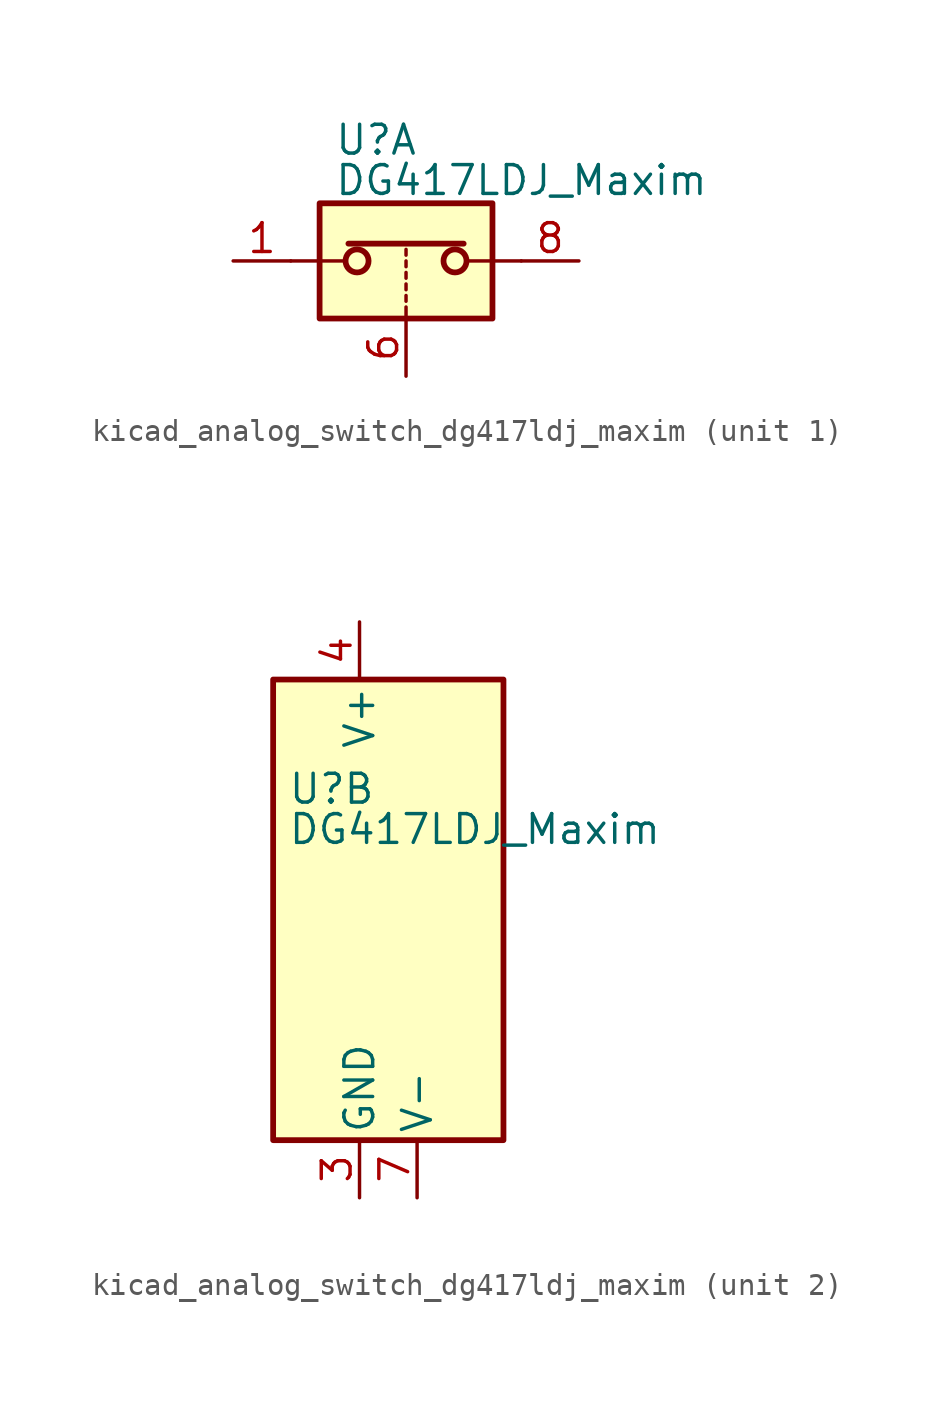
<source format=kicad_sym>
(kicad_symbol_lib
  (version 20220914)
  (generator kicad_symbol_editor)
  (symbol "kicad_analog_switch_dg417ldj_maxim"
    (pin_names
      (offset 0.254))
    (property "Reference" "U"
      (at -3.175 5.334 0)
      (effects (font (size 1.27 1.27)) (justify left)))
    (property "Value" "DG417LDJ_Maxim"
      (at -3.175 3.556 0)
      (effects (font (size 1.27 1.27)) (justify left)))
    (symbol "kicad_analog_switch_dg417ldj_maxim_1_1"
      (rectangle (start -3.81 2.54) (end 3.81 -2.54) (stroke (width 0.254) (type default)) (fill (type background)))
      (circle (center -2.159 0) (radius 0.508) (stroke (width 0.254) (type default)) (fill (type none)))
      (polyline (pts (xy -5.08 0) (xy -2.794 0)) (stroke (width 0) (type default)) (fill (type none)))
      (polyline (pts (xy -2.54 0.762) (xy 2.54 0.762)) (stroke (width 0.254) (type default)) (fill (type none)))
      (polyline (pts (xy 0 -2.54) (xy 0 -2.032)) (stroke (width 0) (type default)) (fill (type none)))
      (polyline (pts (xy 0 -1.778) (xy 0 -1.524)) (stroke (width 0) (type default)) (fill (type none)))
      (polyline (pts (xy 0 -1.27) (xy 0 -1.016)) (stroke (width 0) (type default)) (fill (type none)))
      (polyline (pts (xy 0 -0.762) (xy 0 -0.508)) (stroke (width 0) (type default)) (fill (type none)))
      (polyline (pts (xy 0 -0.254) (xy 0 0)) (stroke (width 0) (type default)) (fill (type none)))
      (polyline (pts (xy 0 0.254) (xy 0 0.508)) (stroke (width 0) (type default)) (fill (type none)))
      (polyline (pts (xy 5.08 0) (xy 2.794 0)) (stroke (width 0) (type default)) (fill (type none)))
      (circle (center 2.159 0) (radius 0.508) (stroke (width 0.254) (type default)) (fill (type none)))
      (pin passive line (at -7.62 0 0) (length 2.54) (name "~" (effects (font (size 1.27 1.27)))) (number "1" (effects (font (size 1.27 1.27)))))
      (pin input line (at 0 -5.08 90) (length 2.54) (name "~" (effects (font (size 1.27 1.27)))) (number "6" (effects (font (size 1.27 1.27)))))
      (pin passive line (at 7.62 0 180) (length 2.54) (name "~" (effects (font (size 1.27 1.27)))) (number "8" (effects (font (size 1.27 1.27))))))
    (symbol "kicad_analog_switch_dg417ldj_maxim_2_0"
      (pin no_connect line (at -2.54 10.16 270) (length 2.54) hide (name "NC" (effects (font (size 1.27 1.27)))) (number "2" (effects (font (size 1.27 1.27)))))
      (pin power_in line (at 0 -12.7 90) (length 2.54) (name "GND" (effects (font (size 1.27 1.27)))) (number "3" (effects (font (size 1.27 1.27)))))
      (pin power_in line (at 0 12.7 270) (length 2.54) (name "V+" (effects (font (size 1.27 1.27)))) (number "4" (effects (font (size 1.27 1.27)))))
      (pin no_connect line (at 2.54 10.16 270) (length 2.54) hide (name "NC" (effects (font (size 1.27 1.27)))) (number "5" (effects (font (size 1.27 1.27)))))
      (pin power_in line (at 2.54 -12.7 90) (length 2.54) (name "V-" (effects (font (size 1.27 1.27)))) (number "7" (effects (font (size 1.27 1.27))))))
    (symbol "kicad_analog_switch_dg417ldj_maxim_2_1"
      (rectangle (start -3.81 10.16) (end 6.35 -10.16) (stroke (width 0.254) (type default)) (fill (type background))))))
</source>
